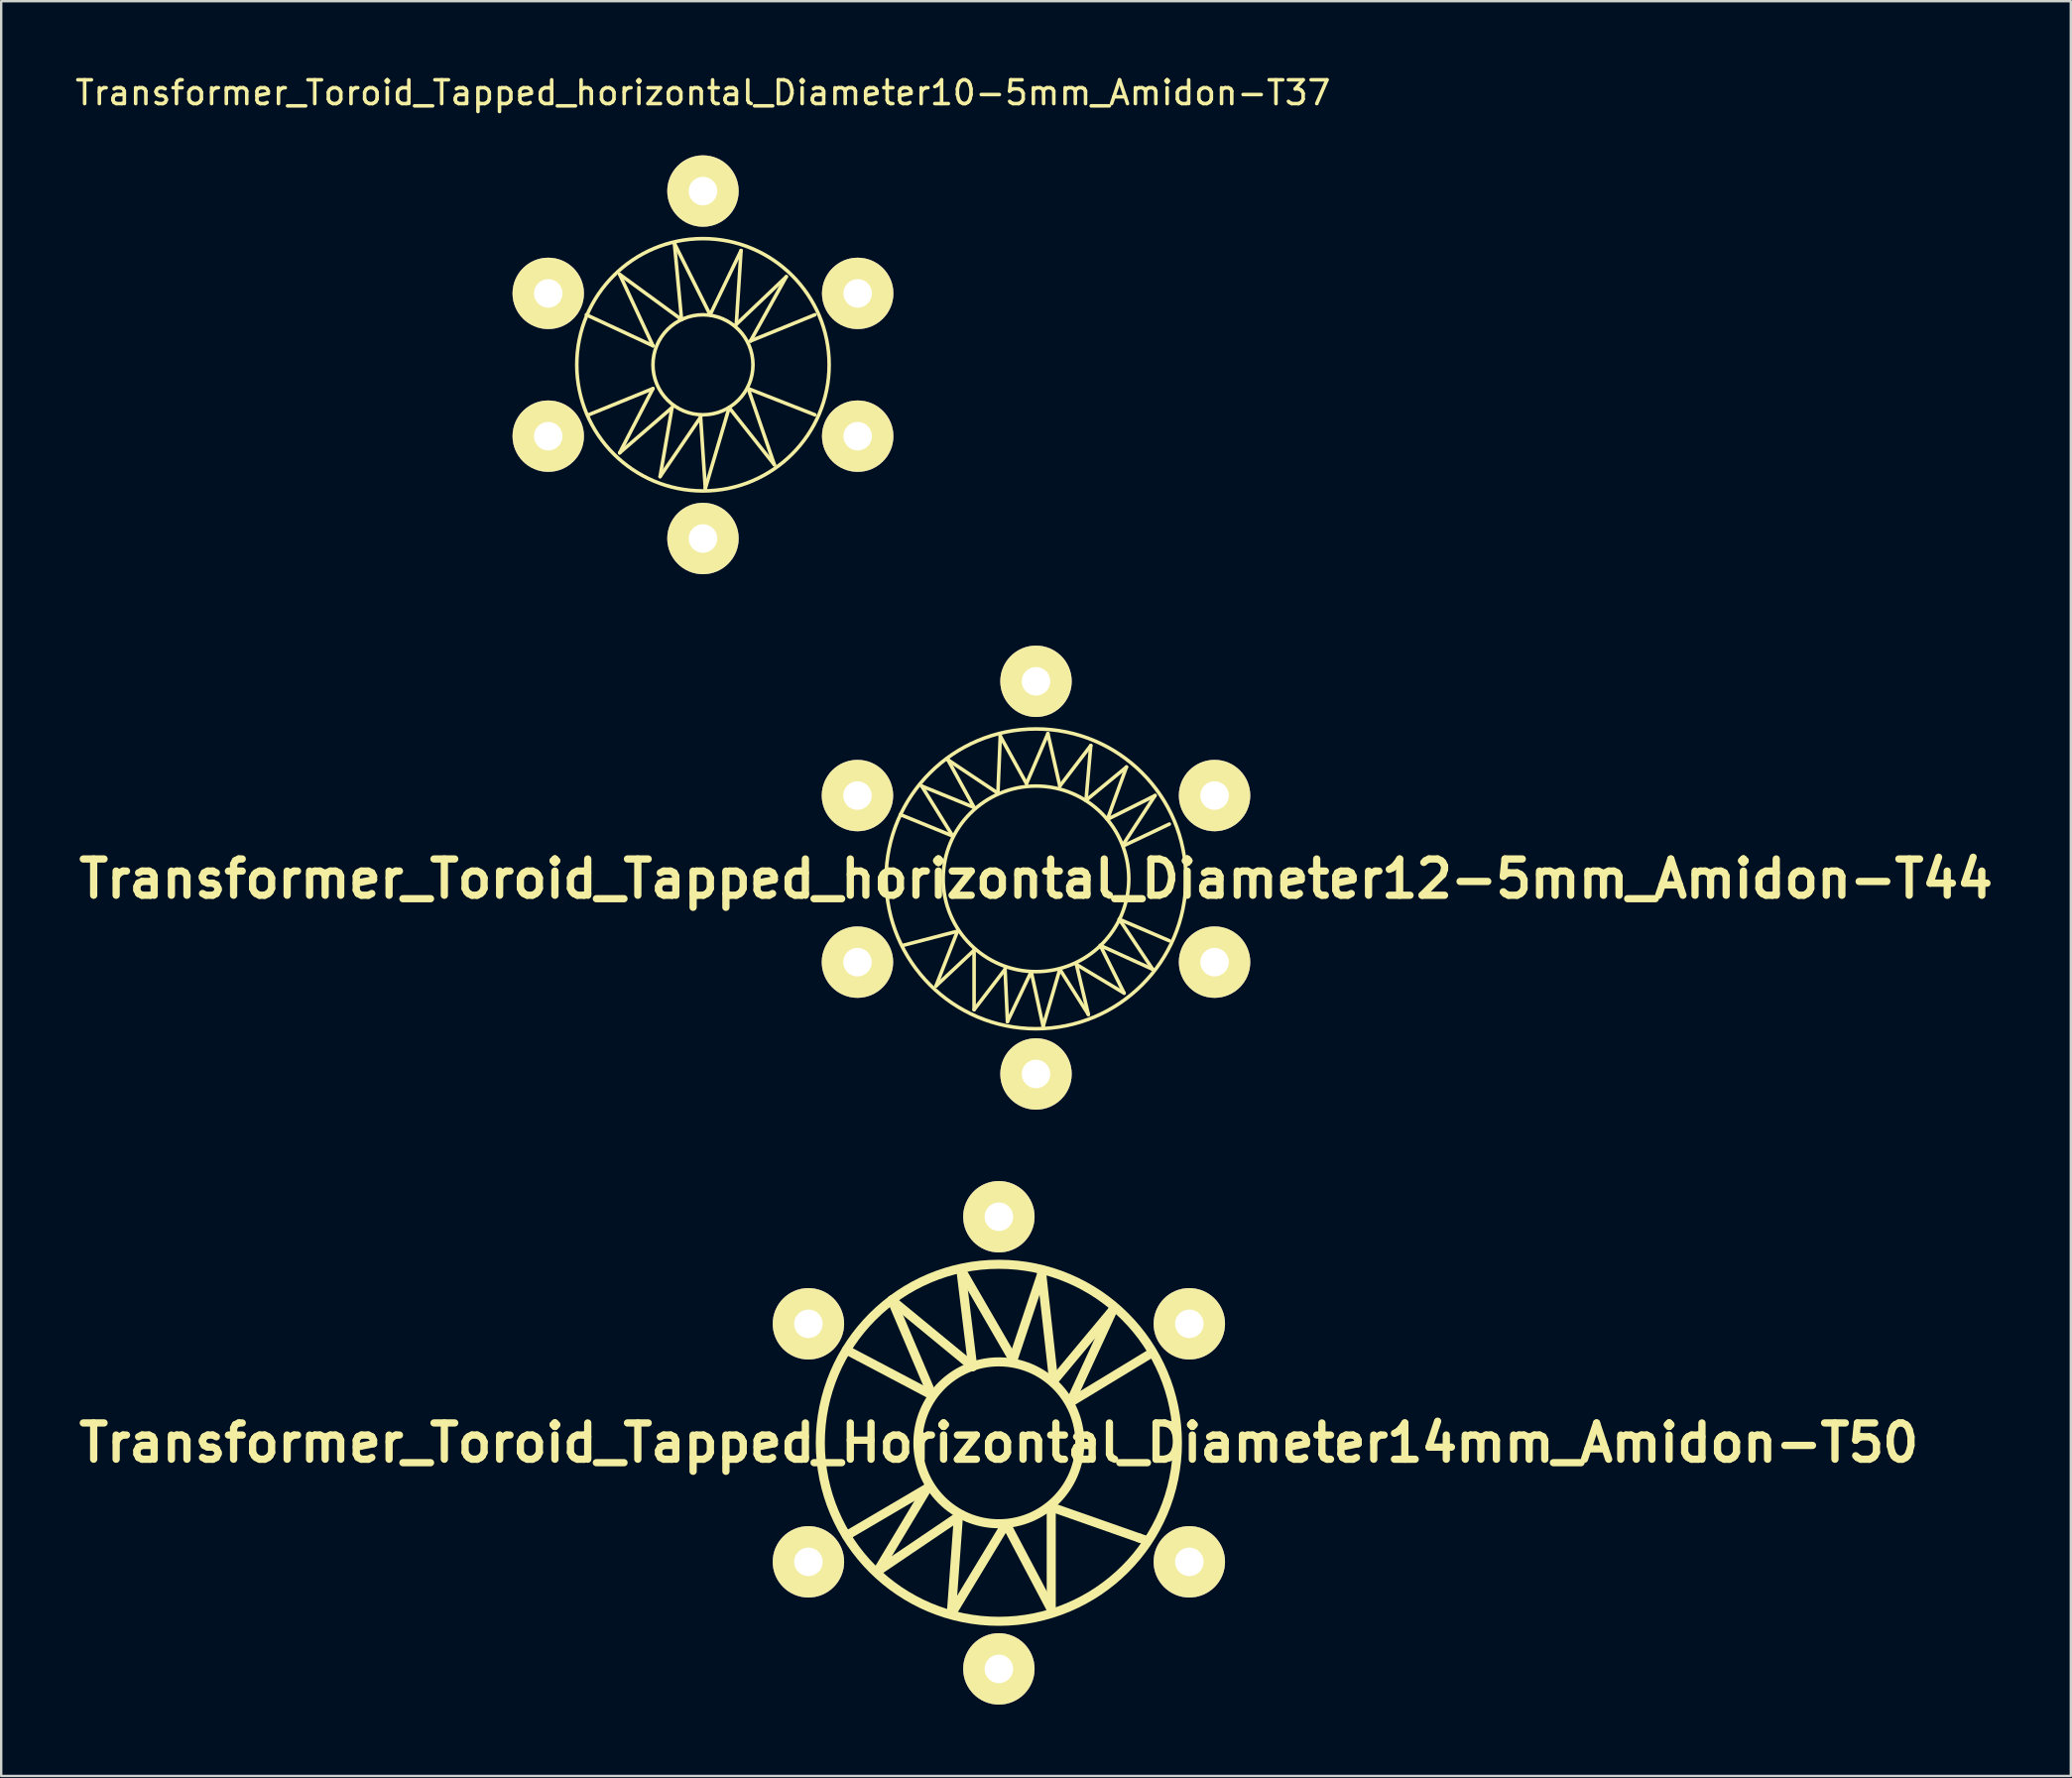
<source format=kicad_pcb>
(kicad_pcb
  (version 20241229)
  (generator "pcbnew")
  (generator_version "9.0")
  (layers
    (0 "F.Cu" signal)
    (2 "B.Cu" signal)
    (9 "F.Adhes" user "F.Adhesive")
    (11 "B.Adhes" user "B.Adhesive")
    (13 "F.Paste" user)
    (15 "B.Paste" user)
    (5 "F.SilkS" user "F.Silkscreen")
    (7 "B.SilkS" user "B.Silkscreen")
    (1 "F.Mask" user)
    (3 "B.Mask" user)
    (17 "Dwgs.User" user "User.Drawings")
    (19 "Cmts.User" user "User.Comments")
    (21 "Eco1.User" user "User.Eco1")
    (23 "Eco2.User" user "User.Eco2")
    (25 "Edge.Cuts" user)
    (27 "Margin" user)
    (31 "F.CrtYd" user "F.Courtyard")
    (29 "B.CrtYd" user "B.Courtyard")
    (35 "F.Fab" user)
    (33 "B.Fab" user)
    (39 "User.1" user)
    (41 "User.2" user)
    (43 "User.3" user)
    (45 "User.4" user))
  (footprint "Transformer_Toroid_Tapped_horizontal_Diameter12-5mm_Amidon-T44"
    (layer "F.Cu")
    (at 40.473 33.879)
    (property "Reference" "Transformer_Toroid_Tapped_horizontal_Diameter12-5mm_Amidon-T44" (at 0 0 0) (layer "F.SilkS") (effects (font (size 1.524 1.524) (thickness 0.305))))
    (attr through_hole)
    (fp_line (start -5.7 -2.7) (end -3.5 -1.801) (stroke (width 0.15) (type solid)) (layer "F.SilkS"))
    (fp_line (start -5.601 2.799) (end -3.299 2.2) (stroke (width 0.15) (type solid)) (layer "F.SilkS"))
    (fp_line (start -4.801 -3.899) (end -2.601 -3) (stroke (width 0.15) (type solid)) (layer "F.SilkS"))
    (fp_line (start -4.201 4.501) (end -2.601 3) (stroke (width 0.15) (type solid)) (layer "F.SilkS"))
    (fp_line (start -3.701 -5.001) (end -1.6 -3.599) (stroke (width 0.15) (type solid)) (layer "F.SilkS"))
    (fp_line (start -3.5 -1.801) (end -4.801 -3.899) (stroke (width 0.15) (type solid)) (layer "F.SilkS"))
    (fp_line (start -3.299 2.2) (end -4.201 4.501) (stroke (width 0.15) (type solid)) (layer "F.SilkS"))
    (fp_line (start -2.601 -3) (end -3.701 -5.001) (stroke (width 0.15) (type solid)) (layer "F.SilkS"))
    (fp_line (start -2.601 3) (end -2.601 5.499) (stroke (width 0.15) (type solid)) (layer "F.SilkS"))
    (fp_line (start -2.601 5.499) (end -1.3 3.8) (stroke (width 0.15) (type solid)) (layer "F.SilkS"))
    (fp_line (start -1.6 -3.599) (end -1.501 -5.999) (stroke (width 0.15) (type solid)) (layer "F.SilkS"))
    (fp_line (start -1.501 -5.999) (end -0.399 -4) (stroke (width 0.15) (type solid)) (layer "F.SilkS"))
    (fp_line (start -1.3 3.8) (end -1.199 5.999) (stroke (width 0.15) (type solid)) (layer "F.SilkS"))
    (fp_line (start -1.199 5.999) (end -0.201 3.899) (stroke (width 0.15) (type solid)) (layer "F.SilkS"))
    (fp_line (start -0.399 -4) (end 0.5 -6.101) (stroke (width 0.15) (type solid)) (layer "F.SilkS"))
    (fp_line (start -0.201 3.899) (end 0.3 6.2) (stroke (width 0.15) (type solid)) (layer "F.SilkS"))
    (fp_line (start 0.3 6.2) (end 1.001 3.8) (stroke (width 0.15) (type solid)) (layer "F.SilkS"))
    (fp_line (start 0.5 -6.101) (end 1.001 -3.899) (stroke (width 0.15) (type solid)) (layer "F.SilkS"))
    (fp_line (start 1.001 -3.899) (end 2.301 -5.601) (stroke (width 0.15) (type solid)) (layer "F.SilkS"))
    (fp_line (start 1.001 3.8) (end 2.2 5.7) (stroke (width 0.15) (type solid)) (layer "F.SilkS"))
    (fp_line (start 1.699 3.599) (end 3.701 4.801) (stroke (width 0.15) (type solid)) (layer "F.SilkS"))
    (fp_line (start 2.101 -3.299) (end 3.8 -4.699) (stroke (width 0.15) (type solid)) (layer "F.SilkS"))
    (fp_line (start 2.2 5.7) (end 1.699 3.599) (stroke (width 0.15) (type solid)) (layer "F.SilkS"))
    (fp_line (start 2.301 -5.601) (end 2.101 -3.299) (stroke (width 0.15) (type solid)) (layer "F.SilkS"))
    (fp_line (start 2.7 2.799) (end 4.9 3.8) (stroke (width 0.15) (type solid)) (layer "F.SilkS"))
    (fp_line (start 3 -2.499) (end 5.001 -3.5) (stroke (width 0.15) (type solid)) (layer "F.SilkS"))
    (fp_line (start 3.5 1.699) (end 5.601 2.601) (stroke (width 0.15) (type solid)) (layer "F.SilkS"))
    (fp_line (start 3.701 -1.4) (end 5.601 -2.301) (stroke (width 0.15) (type solid)) (layer "F.SilkS"))
    (fp_line (start 3.701 4.801) (end 2.7 2.799) (stroke (width 0.15) (type solid)) (layer "F.SilkS"))
    (fp_line (start 3.8 -4.699) (end 3 -2.499) (stroke (width 0.15) (type solid)) (layer "F.SilkS"))
    (fp_line (start 4.9 3.8) (end 3.5 1.699) (stroke (width 0.15) (type solid)) (layer "F.SilkS"))
    (fp_line (start 5.001 -3.5) (end 3.701 -1.501) (stroke (width 0.15) (type solid)) (layer "F.SilkS"))
    (fp_circle (center 0 0) (end 3.899 0) (stroke (width 0.15) (type solid)) (fill no) (layer "F.SilkS"))
    (fp_circle (center 0 0) (end 6.299 0) (stroke (width 0.15) (type solid)) (fill no) (layer "F.SilkS"))
    (pad "1" thru_hole circle (at -7.501 3.5) (size 3 3) (drill 1.199) (layers "*.Cu" "*.Mask" "F.SilkS"))
    (pad "2" thru_hole circle (at 0 8.199) (size 3 3) (drill 1.199) (layers "*.Cu" "*.Mask" "F.SilkS"))
    (pad "3" thru_hole circle (at 7.501 3.5) (size 3 3) (drill 1.199) (layers "*.Cu" "*.Mask" "F.SilkS"))
    (pad "4" thru_hole circle (at -7.501 -3.5) (size 3 3) (drill 1.199) (layers "*.Cu" "*.Mask" "F.SilkS"))
    (pad "5" thru_hole circle (at 0 -8.301) (size 3 3) (drill 1.199) (layers "*.Cu" "*.Mask" "F.SilkS"))
    (pad "6" thru_hole circle (at 7.501 -3.5) (size 3 3) (drill 1.199) (layers "*.Cu" "*.Mask" "F.SilkS")))
  (footprint "Transformer_Toroid_Tapped_horizontal_Diameter10-5mm_Amidon-T37"
    (layer "F.Cu")
    (at 26.482 12.278)
    (property "Reference" "Transformer_Toroid_Tapped_horizontal_Diameter10-5mm_Amidon-T37" (at 0 -11.43 0) (layer "F.SilkS") (effects (font (size 1 1) (thickness 0.15))))
    (attr through_hole)
    (fp_line (start -4.9 -2.101) (end -2.101 -0.8) (stroke (width 0.15) (type solid)) (layer "F.SilkS"))
    (fp_line (start -4.801 2.101) (end -2.101 1.001) (stroke (width 0.15) (type solid)) (layer "F.SilkS"))
    (fp_line (start -3.5 -3.8) (end -0.899 -1.9) (stroke (width 0.15) (type solid)) (layer "F.SilkS"))
    (fp_line (start -3.5 3.701) (end -1.3 1.801) (stroke (width 0.15) (type solid)) (layer "F.SilkS"))
    (fp_line (start -2.101 -0.8) (end -3.5 -3.8) (stroke (width 0.15) (type solid)) (layer "F.SilkS"))
    (fp_line (start -2.101 1.001) (end -3.5 3.701) (stroke (width 0.15) (type solid)) (layer "F.SilkS"))
    (fp_line (start -1.801 4.699) (end -0.099 2.2) (stroke (width 0.15) (type solid)) (layer "F.SilkS"))
    (fp_line (start -1.3 1.801) (end -1.801 4.699) (stroke (width 0.15) (type solid)) (layer "F.SilkS"))
    (fp_line (start -1.199 -5.1) (end 0.3 -2.101) (stroke (width 0.15) (type solid)) (layer "F.SilkS"))
    (fp_line (start -0.899 -1.9) (end -1.199 -5.1) (stroke (width 0.15) (type solid)) (layer "F.SilkS"))
    (fp_line (start -0.099 2.2) (end 0.099 5.199) (stroke (width 0.15) (type solid)) (layer "F.SilkS"))
    (fp_line (start 0.099 5.199) (end 1.1 1.801) (stroke (width 0.15) (type solid)) (layer "F.SilkS"))
    (fp_line (start 0.3 -2.101) (end 1.6 -4.801) (stroke (width 0.15) (type solid)) (layer "F.SilkS"))
    (fp_line (start 1.1 1.801) (end 3 4.201) (stroke (width 0.15) (type solid)) (layer "F.SilkS"))
    (fp_line (start 1.4 -1.699) (end 3.5 -3.701) (stroke (width 0.15) (type solid)) (layer "F.SilkS"))
    (fp_line (start 1.6 -4.801) (end 1.4 -1.699) (stroke (width 0.15) (type solid)) (layer "F.SilkS"))
    (fp_line (start 1.9 1.001) (end 4.699 2.101) (stroke (width 0.15) (type solid)) (layer "F.SilkS"))
    (fp_line (start 1.999 -1.001) (end 4.699 -2.101) (stroke (width 0.15) (type solid)) (layer "F.SilkS"))
    (fp_line (start 3 4.201) (end 1.9 1.001) (stroke (width 0.15) (type solid)) (layer "F.SilkS"))
    (fp_line (start 3.5 -3.701) (end 1.999 -1.001) (stroke (width 0.15) (type solid)) (layer "F.SilkS"))
    (fp_circle (center 0 0) (end 2.101 0) (stroke (width 0.15) (type solid)) (fill no) (layer "F.SilkS"))
    (fp_circle (center 0 0) (end 5.301 0) (stroke (width 0.15) (type solid)) (fill no) (layer "F.SilkS"))
    (pad "1" thru_hole circle (at -6.5 3) (size 3 3) (drill 1.199) (layers "*.Cu" "*.Mask" "F.SilkS"))
    (pad "2" thru_hole circle (at 0 7.3) (size 3 3) (drill 1.199) (layers "*.Cu" "*.Mask" "F.SilkS"))
    (pad "3" thru_hole circle (at 6.5 3) (size 3 3) (drill 1.199) (layers "*.Cu" "*.Mask" "F.SilkS"))
    (pad "4" thru_hole circle (at -6.5 -3) (size 3 3) (drill 1.199) (layers "*.Cu" "*.Mask" "F.SilkS"))
    (pad "5" thru_hole circle (at 0 -7.3) (size 3 3) (drill 1.199) (layers "*.Cu" "*.Mask" "F.SilkS"))
    (pad "6" thru_hole circle (at 6.5 -3) (size 3 3) (drill 1.199) (layers "*.Cu" "*.Mask" "F.SilkS")))
  (footprint "Transformer_Toroid_Tapped_Horizontal_Diameter14mm_Amidon-T50"
    (layer "F.Cu")
    (at 38.913 57.577)
    (property "Reference" "Transformer_Toroid_Tapped_Horizontal_Diameter14mm_Amidon-T50" (at 0 0 0) (layer "F.SilkS") (effects (font (size 1.524 1.524) (thickness 0.305))))
    (attr through_hole)
    (fp_line (start -6.401 -3.899) (end -2.799 -1.999) (stroke (width 0.381) (type solid)) (layer "F.SilkS"))
    (fp_line (start -6.401 3.899) (end -3 1.9) (stroke (width 0.381) (type solid)) (layer "F.SilkS"))
    (fp_line (start -5.1 5.4) (end -1.699 3.099) (stroke (width 0.381) (type solid)) (layer "F.SilkS"))
    (fp_line (start -4.501 -5.999) (end -1.1 -3.2) (stroke (width 0.381) (type solid)) (layer "F.SilkS"))
    (fp_line (start -3 1.9) (end -5.1 5.4) (stroke (width 0.381) (type solid)) (layer "F.SilkS"))
    (fp_line (start -2.799 -1.999) (end -4.501 -5.999) (stroke (width 0.381) (type solid)) (layer "F.SilkS"))
    (fp_line (start -1.999 7.201) (end 0.3 3.401) (stroke (width 0.381) (type solid)) (layer "F.SilkS"))
    (fp_line (start -1.699 3.099) (end -1.999 7.201) (stroke (width 0.381) (type solid)) (layer "F.SilkS"))
    (fp_line (start -1.6 -7.3) (end 0.599 -3.5) (stroke (width 0.381) (type solid)) (layer "F.SilkS"))
    (fp_line (start -1.1 -3.2) (end -1.6 -7.3) (stroke (width 0.381) (type solid)) (layer "F.SilkS"))
    (fp_line (start 0.3 3.401) (end 2.2 7) (stroke (width 0.381) (type solid)) (layer "F.SilkS"))
    (fp_line (start 0.599 -3.5) (end 1.801 -7.099) (stroke (width 0.381) (type solid)) (layer "F.SilkS"))
    (fp_line (start 1.801 -7.099) (end 2.301 -2.601) (stroke (width 0.381) (type solid)) (layer "F.SilkS"))
    (fp_line (start 2.2 2.7) (end 5.9 4) (stroke (width 0.381) (type solid)) (layer "F.SilkS"))
    (fp_line (start 2.2 7) (end 2.2 2.7) (stroke (width 0.381) (type solid)) (layer "F.SilkS"))
    (fp_line (start 2.301 -2.601) (end 4.801 -5.601) (stroke (width 0.381) (type solid)) (layer "F.SilkS"))
    (fp_line (start 3 -1.699) (end 6.299 -3.701) (stroke (width 0.381) (type solid)) (layer "F.SilkS"))
    (fp_line (start 4.801 -5.601) (end 3 -1.699) (stroke (width 0.381) (type solid)) (layer "F.SilkS"))
    (fp_line (start 5.9 4) (end 6.2 4.1) (stroke (width 0.381) (type solid)) (layer "F.SilkS"))
    (fp_circle (center 0 0) (end 3.401 0) (stroke (width 0.381) (type solid)) (fill no) (layer "F.SilkS"))
    (fp_circle (center 0 0) (end 7.501 0) (stroke (width 0.381) (type solid)) (fill no) (layer "F.SilkS"))
    (pad "1" thru_hole circle (at -8.001 5.001) (size 3 3) (drill 1.199) (layers "*.Cu" "*.Mask" "F.SilkS"))
    (pad "2" thru_hole circle (at 0 9.5) (size 3 3) (drill 1.199) (layers "*.Cu" "*.Mask" "F.SilkS"))
    (pad "3" thru_hole circle (at 8.001 5.001) (size 3 3) (drill 1.199) (layers "*.Cu" "*.Mask" "F.SilkS"))
    (pad "4" thru_hole circle (at -8.001 -5.001) (size 3 3) (drill 1.199) (layers "*.Cu" "*.Mask" "F.SilkS"))
    (pad "5" thru_hole circle (at 0 -9.5) (size 3 3) (drill 1.199) (layers "*.Cu" "*.Mask" "F.SilkS"))
    (pad "6" thru_hole circle (at 8.001 -5.001) (size 3 3) (drill 1.199) (layers "*.Cu" "*.Mask" "F.SilkS")))
  (gr_rect
    (start -3 -3)
    (end 83.946 71.577)
    (stroke (width 0.1) (type default))
    (fill no)
    (layer "Edge.Cuts")))
</source>
